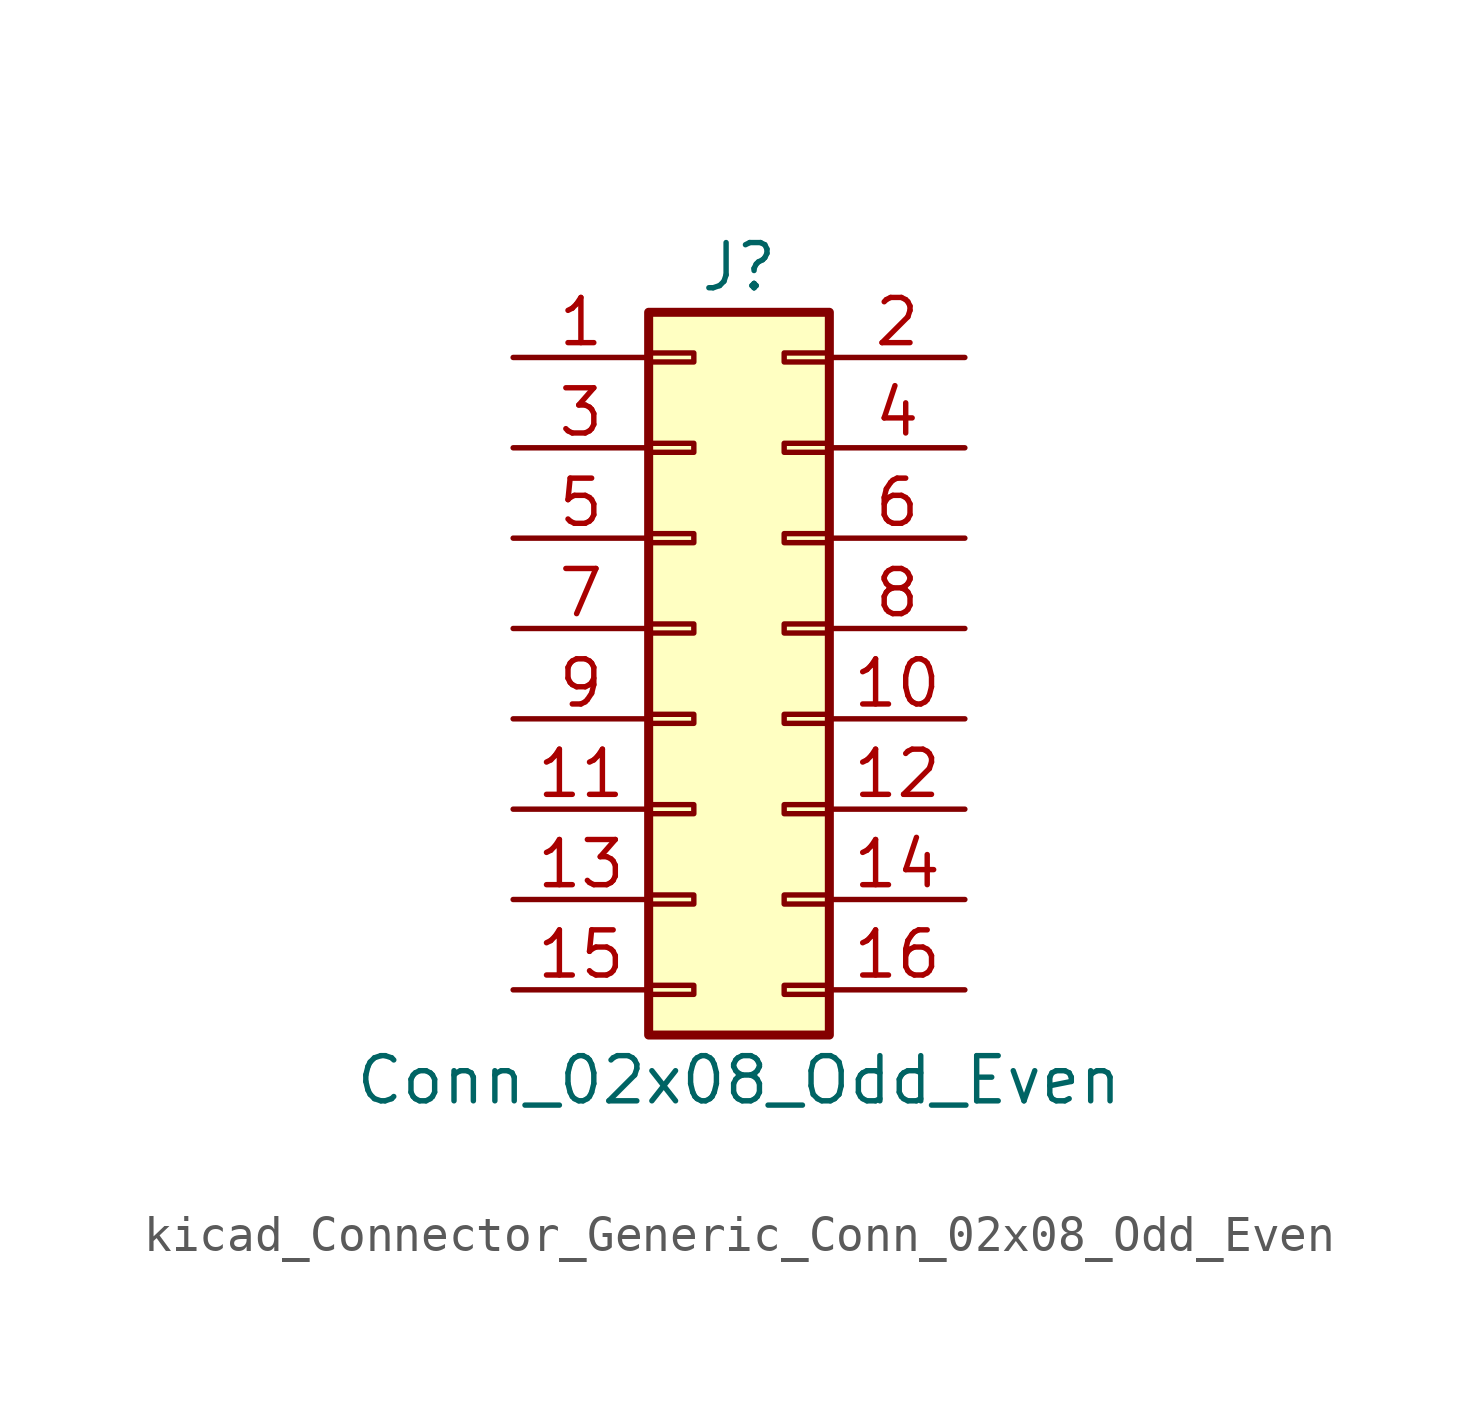
<source format=kicad_sym>
(kicad_symbol_lib
  (version 20220914)
  (generator kicad_symbol_editor)
  (symbol "kicad_Connector_Generic_Conn_02x08_Odd_Even"
    (pin_names
      (offset 1.016) hide)
    (property "Reference" "J"
      (at 1.27 10.16 0)
      (effects (font (size 1.27 1.27))))
    (property "Value" "Conn_02x08_Odd_Even"
      (at 1.27 -12.7 0)
      (effects (font (size 1.27 1.27))))
    (symbol "kicad_Connector_Generic_Conn_02x08_Odd_Even_1_1"
      (rectangle (start -1.27 -10.033) (end 0 -10.287) (stroke (width 0.152) (type default)) (fill (type none)))
      (rectangle (start -1.27 -7.493) (end 0 -7.747) (stroke (width 0.152) (type default)) (fill (type none)))
      (rectangle (start -1.27 -4.953) (end 0 -5.207) (stroke (width 0.152) (type default)) (fill (type none)))
      (rectangle (start -1.27 -2.413) (end 0 -2.667) (stroke (width 0.152) (type default)) (fill (type none)))
      (rectangle (start -1.27 0.127) (end 0 -0.127) (stroke (width 0.152) (type default)) (fill (type none)))
      (rectangle (start -1.27 2.667) (end 0 2.413) (stroke (width 0.152) (type default)) (fill (type none)))
      (rectangle (start -1.27 5.207) (end 0 4.953) (stroke (width 0.152) (type default)) (fill (type none)))
      (rectangle (start -1.27 7.747) (end 0 7.493) (stroke (width 0.152) (type default)) (fill (type none)))
      (rectangle (start -1.27 8.89) (end 3.81 -11.43) (stroke (width 0.254) (type default)) (fill (type background)))
      (rectangle (start 3.81 -10.033) (end 2.54 -10.287) (stroke (width 0.152) (type default)) (fill (type none)))
      (rectangle (start 3.81 -7.493) (end 2.54 -7.747) (stroke (width 0.152) (type default)) (fill (type none)))
      (rectangle (start 3.81 -4.953) (end 2.54 -5.207) (stroke (width 0.152) (type default)) (fill (type none)))
      (rectangle (start 3.81 -2.413) (end 2.54 -2.667) (stroke (width 0.152) (type default)) (fill (type none)))
      (rectangle (start 3.81 0.127) (end 2.54 -0.127) (stroke (width 0.152) (type default)) (fill (type none)))
      (rectangle (start 3.81 2.667) (end 2.54 2.413) (stroke (width 0.152) (type default)) (fill (type none)))
      (rectangle (start 3.81 5.207) (end 2.54 4.953) (stroke (width 0.152) (type default)) (fill (type none)))
      (rectangle (start 3.81 7.747) (end 2.54 7.493) (stroke (width 0.152) (type default)) (fill (type none)))
      (pin passive line (at -5.08 7.62 0) (length 3.81) (name "Pin_1" (effects (font (size 1.27 1.27)))) (number "1" (effects (font (size 1.27 1.27)))))
      (pin passive line (at 7.62 -2.54 180) (length 3.81) (name "Pin_10" (effects (font (size 1.27 1.27)))) (number "10" (effects (font (size 1.27 1.27)))))
      (pin passive line (at -5.08 -5.08 0) (length 3.81) (name "Pin_11" (effects (font (size 1.27 1.27)))) (number "11" (effects (font (size 1.27 1.27)))))
      (pin passive line (at 7.62 -5.08 180) (length 3.81) (name "Pin_12" (effects (font (size 1.27 1.27)))) (number "12" (effects (font (size 1.27 1.27)))))
      (pin passive line (at -5.08 -7.62 0) (length 3.81) (name "Pin_13" (effects (font (size 1.27 1.27)))) (number "13" (effects (font (size 1.27 1.27)))))
      (pin passive line (at 7.62 -7.62 180) (length 3.81) (name "Pin_14" (effects (font (size 1.27 1.27)))) (number "14" (effects (font (size 1.27 1.27)))))
      (pin passive line (at -5.08 -10.16 0) (length 3.81) (name "Pin_15" (effects (font (size 1.27 1.27)))) (number "15" (effects (font (size 1.27 1.27)))))
      (pin passive line (at 7.62 -10.16 180) (length 3.81) (name "Pin_16" (effects (font (size 1.27 1.27)))) (number "16" (effects (font (size 1.27 1.27)))))
      (pin passive line (at 7.62 7.62 180) (length 3.81) (name "Pin_2" (effects (font (size 1.27 1.27)))) (number "2" (effects (font (size 1.27 1.27)))))
      (pin passive line (at -5.08 5.08 0) (length 3.81) (name "Pin_3" (effects (font (size 1.27 1.27)))) (number "3" (effects (font (size 1.27 1.27)))))
      (pin passive line (at 7.62 5.08 180) (length 3.81) (name "Pin_4" (effects (font (size 1.27 1.27)))) (number "4" (effects (font (size 1.27 1.27)))))
      (pin passive line (at -5.08 2.54 0) (length 3.81) (name "Pin_5" (effects (font (size 1.27 1.27)))) (number "5" (effects (font (size 1.27 1.27)))))
      (pin passive line (at 7.62 2.54 180) (length 3.81) (name "Pin_6" (effects (font (size 1.27 1.27)))) (number "6" (effects (font (size 1.27 1.27)))))
      (pin passive line (at -5.08 0 0) (length 3.81) (name "Pin_7" (effects (font (size 1.27 1.27)))) (number "7" (effects (font (size 1.27 1.27)))))
      (pin passive line (at 7.62 0 180) (length 3.81) (name "Pin_8" (effects (font (size 1.27 1.27)))) (number "8" (effects (font (size 1.27 1.27)))))
      (pin passive line (at -5.08 -2.54 0) (length 3.81) (name "Pin_9" (effects (font (size 1.27 1.27)))) (number "9" (effects (font (size 1.27 1.27))))))))
</source>
